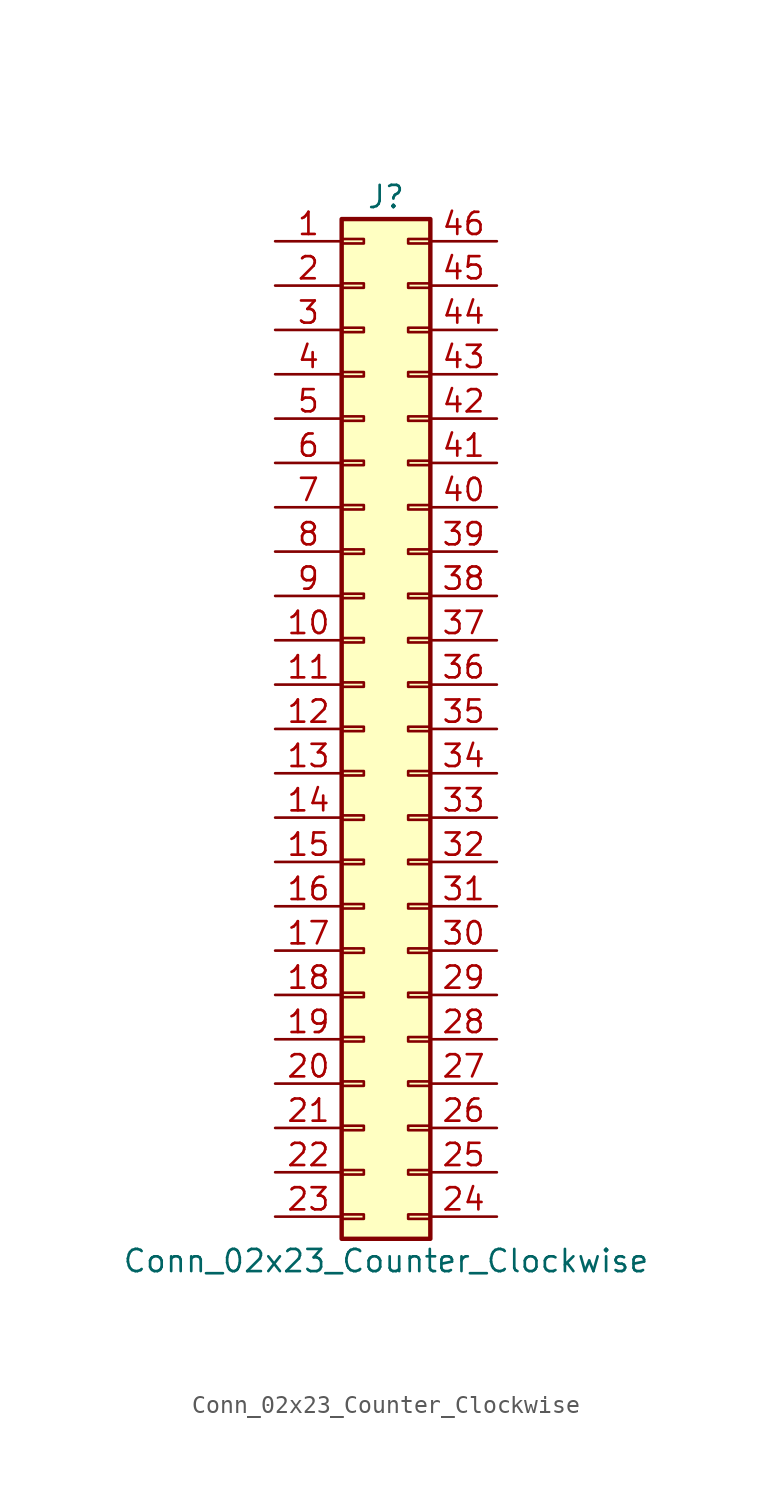
<source format=kicad_sym>
(kicad_symbol_lib
  (version 20220914)
  (generator kicad_symbol_editor)
  (symbol "Conn_02x23_Counter_Clockwise"
    (pin_names
      (offset 1.016) hide)
    (property "Reference" "J"
      (at 1.27 30.48 0)
      (effects (font (size 1.27 1.27))))
    (property "Value" "Conn_02x23_Counter_Clockwise"
      (at 1.27 -30.48 0)
      (effects (font (size 1.27 1.27))))
    (symbol "Conn_02x23_Counter_Clockwise_1_1"
      (rectangle (start -1.27 -27.813) (end 0 -28.067) (stroke (width 0.152) (type default)) (fill (type none)))
      (rectangle (start -1.27 -25.273) (end 0 -25.527) (stroke (width 0.152) (type default)) (fill (type none)))
      (rectangle (start -1.27 -22.733) (end 0 -22.987) (stroke (width 0.152) (type default)) (fill (type none)))
      (rectangle (start -1.27 -20.193) (end 0 -20.447) (stroke (width 0.152) (type default)) (fill (type none)))
      (rectangle (start -1.27 -17.653) (end 0 -17.907) (stroke (width 0.152) (type default)) (fill (type none)))
      (rectangle (start -1.27 -15.113) (end 0 -15.367) (stroke (width 0.152) (type default)) (fill (type none)))
      (rectangle (start -1.27 -12.573) (end 0 -12.827) (stroke (width 0.152) (type default)) (fill (type none)))
      (rectangle (start -1.27 -10.033) (end 0 -10.287) (stroke (width 0.152) (type default)) (fill (type none)))
      (rectangle (start -1.27 -7.493) (end 0 -7.747) (stroke (width 0.152) (type default)) (fill (type none)))
      (rectangle (start -1.27 -4.953) (end 0 -5.207) (stroke (width 0.152) (type default)) (fill (type none)))
      (rectangle (start -1.27 -2.413) (end 0 -2.667) (stroke (width 0.152) (type default)) (fill (type none)))
      (rectangle (start -1.27 0.127) (end 0 -0.127) (stroke (width 0.152) (type default)) (fill (type none)))
      (rectangle (start -1.27 2.667) (end 0 2.413) (stroke (width 0.152) (type default)) (fill (type none)))
      (rectangle (start -1.27 5.207) (end 0 4.953) (stroke (width 0.152) (type default)) (fill (type none)))
      (rectangle (start -1.27 7.747) (end 0 7.493) (stroke (width 0.152) (type default)) (fill (type none)))
      (rectangle (start -1.27 10.287) (end 0 10.033) (stroke (width 0.152) (type default)) (fill (type none)))
      (rectangle (start -1.27 12.827) (end 0 12.573) (stroke (width 0.152) (type default)) (fill (type none)))
      (rectangle (start -1.27 15.367) (end 0 15.113) (stroke (width 0.152) (type default)) (fill (type none)))
      (rectangle (start -1.27 17.907) (end 0 17.653) (stroke (width 0.152) (type default)) (fill (type none)))
      (rectangle (start -1.27 20.447) (end 0 20.193) (stroke (width 0.152) (type default)) (fill (type none)))
      (rectangle (start -1.27 22.987) (end 0 22.733) (stroke (width 0.152) (type default)) (fill (type none)))
      (rectangle (start -1.27 25.527) (end 0 25.273) (stroke (width 0.152) (type default)) (fill (type none)))
      (rectangle (start -1.27 28.067) (end 0 27.813) (stroke (width 0.152) (type default)) (fill (type none)))
      (rectangle (start -1.27 29.21) (end 3.81 -29.21) (stroke (width 0.254) (type default)) (fill (type background)))
      (rectangle (start 3.81 -27.813) (end 2.54 -28.067) (stroke (width 0.152) (type default)) (fill (type none)))
      (rectangle (start 3.81 -25.273) (end 2.54 -25.527) (stroke (width 0.152) (type default)) (fill (type none)))
      (rectangle (start 3.81 -22.733) (end 2.54 -22.987) (stroke (width 0.152) (type default)) (fill (type none)))
      (rectangle (start 3.81 -20.193) (end 2.54 -20.447) (stroke (width 0.152) (type default)) (fill (type none)))
      (rectangle (start 3.81 -17.653) (end 2.54 -17.907) (stroke (width 0.152) (type default)) (fill (type none)))
      (rectangle (start 3.81 -15.113) (end 2.54 -15.367) (stroke (width 0.152) (type default)) (fill (type none)))
      (rectangle (start 3.81 -12.573) (end 2.54 -12.827) (stroke (width 0.152) (type default)) (fill (type none)))
      (rectangle (start 3.81 -10.033) (end 2.54 -10.287) (stroke (width 0.152) (type default)) (fill (type none)))
      (rectangle (start 3.81 -7.493) (end 2.54 -7.747) (stroke (width 0.152) (type default)) (fill (type none)))
      (rectangle (start 3.81 -4.953) (end 2.54 -5.207) (stroke (width 0.152) (type default)) (fill (type none)))
      (rectangle (start 3.81 -2.413) (end 2.54 -2.667) (stroke (width 0.152) (type default)) (fill (type none)))
      (rectangle (start 3.81 0.127) (end 2.54 -0.127) (stroke (width 0.152) (type default)) (fill (type none)))
      (rectangle (start 3.81 2.667) (end 2.54 2.413) (stroke (width 0.152) (type default)) (fill (type none)))
      (rectangle (start 3.81 5.207) (end 2.54 4.953) (stroke (width 0.152) (type default)) (fill (type none)))
      (rectangle (start 3.81 7.747) (end 2.54 7.493) (stroke (width 0.152) (type default)) (fill (type none)))
      (rectangle (start 3.81 10.287) (end 2.54 10.033) (stroke (width 0.152) (type default)) (fill (type none)))
      (rectangle (start 3.81 12.827) (end 2.54 12.573) (stroke (width 0.152) (type default)) (fill (type none)))
      (rectangle (start 3.81 15.367) (end 2.54 15.113) (stroke (width 0.152) (type default)) (fill (type none)))
      (rectangle (start 3.81 17.907) (end 2.54 17.653) (stroke (width 0.152) (type default)) (fill (type none)))
      (rectangle (start 3.81 20.447) (end 2.54 20.193) (stroke (width 0.152) (type default)) (fill (type none)))
      (rectangle (start 3.81 22.987) (end 2.54 22.733) (stroke (width 0.152) (type default)) (fill (type none)))
      (rectangle (start 3.81 25.527) (end 2.54 25.273) (stroke (width 0.152) (type default)) (fill (type none)))
      (rectangle (start 3.81 28.067) (end 2.54 27.813) (stroke (width 0.152) (type default)) (fill (type none)))
      (pin passive line (at -5.08 27.94 0) (length 3.81) (name "Pin_1" (effects (font (size 1.27 1.27)))) (number "1" (effects (font (size 1.27 1.27)))))
      (pin passive line (at -5.08 5.08 0) (length 3.81) (name "Pin_10" (effects (font (size 1.27 1.27)))) (number "10" (effects (font (size 1.27 1.27)))))
      (pin passive line (at -5.08 2.54 0) (length 3.81) (name "Pin_11" (effects (font (size 1.27 1.27)))) (number "11" (effects (font (size 1.27 1.27)))))
      (pin passive line (at -5.08 0 0) (length 3.81) (name "Pin_12" (effects (font (size 1.27 1.27)))) (number "12" (effects (font (size 1.27 1.27)))))
      (pin passive line (at -5.08 -2.54 0) (length 3.81) (name "Pin_13" (effects (font (size 1.27 1.27)))) (number "13" (effects (font (size 1.27 1.27)))))
      (pin passive line (at -5.08 -5.08 0) (length 3.81) (name "Pin_14" (effects (font (size 1.27 1.27)))) (number "14" (effects (font (size 1.27 1.27)))))
      (pin passive line (at -5.08 -7.62 0) (length 3.81) (name "Pin_15" (effects (font (size 1.27 1.27)))) (number "15" (effects (font (size 1.27 1.27)))))
      (pin passive line (at -5.08 -10.16 0) (length 3.81) (name "Pin_16" (effects (font (size 1.27 1.27)))) (number "16" (effects (font (size 1.27 1.27)))))
      (pin passive line (at -5.08 -12.7 0) (length 3.81) (name "Pin_17" (effects (font (size 1.27 1.27)))) (number "17" (effects (font (size 1.27 1.27)))))
      (pin passive line (at -5.08 -15.24 0) (length 3.81) (name "Pin_18" (effects (font (size 1.27 1.27)))) (number "18" (effects (font (size 1.27 1.27)))))
      (pin passive line (at -5.08 -17.78 0) (length 3.81) (name "Pin_19" (effects (font (size 1.27 1.27)))) (number "19" (effects (font (size 1.27 1.27)))))
      (pin passive line (at -5.08 25.4 0) (length 3.81) (name "Pin_2" (effects (font (size 1.27 1.27)))) (number "2" (effects (font (size 1.27 1.27)))))
      (pin passive line (at -5.08 -20.32 0) (length 3.81) (name "Pin_20" (effects (font (size 1.27 1.27)))) (number "20" (effects (font (size 1.27 1.27)))))
      (pin passive line (at -5.08 -22.86 0) (length 3.81) (name "Pin_21" (effects (font (size 1.27 1.27)))) (number "21" (effects (font (size 1.27 1.27)))))
      (pin passive line (at -5.08 -25.4 0) (length 3.81) (name "Pin_22" (effects (font (size 1.27 1.27)))) (number "22" (effects (font (size 1.27 1.27)))))
      (pin passive line (at -5.08 -27.94 0) (length 3.81) (name "Pin_23" (effects (font (size 1.27 1.27)))) (number "23" (effects (font (size 1.27 1.27)))))
      (pin passive line (at 7.62 -27.94 180) (length 3.81) (name "Pin_24" (effects (font (size 1.27 1.27)))) (number "24" (effects (font (size 1.27 1.27)))))
      (pin passive line (at 7.62 -25.4 180) (length 3.81) (name "Pin_25" (effects (font (size 1.27 1.27)))) (number "25" (effects (font (size 1.27 1.27)))))
      (pin passive line (at 7.62 -22.86 180) (length 3.81) (name "Pin_26" (effects (font (size 1.27 1.27)))) (number "26" (effects (font (size 1.27 1.27)))))
      (pin passive line (at 7.62 -20.32 180) (length 3.81) (name "Pin_27" (effects (font (size 1.27 1.27)))) (number "27" (effects (font (size 1.27 1.27)))))
      (pin passive line (at 7.62 -17.78 180) (length 3.81) (name "Pin_28" (effects (font (size 1.27 1.27)))) (number "28" (effects (font (size 1.27 1.27)))))
      (pin passive line (at 7.62 -15.24 180) (length 3.81) (name "Pin_29" (effects (font (size 1.27 1.27)))) (number "29" (effects (font (size 1.27 1.27)))))
      (pin passive line (at -5.08 22.86 0) (length 3.81) (name "Pin_3" (effects (font (size 1.27 1.27)))) (number "3" (effects (font (size 1.27 1.27)))))
      (pin passive line (at 7.62 -12.7 180) (length 3.81) (name "Pin_30" (effects (font (size 1.27 1.27)))) (number "30" (effects (font (size 1.27 1.27)))))
      (pin passive line (at 7.62 -10.16 180) (length 3.81) (name "Pin_31" (effects (font (size 1.27 1.27)))) (number "31" (effects (font (size 1.27 1.27)))))
      (pin passive line (at 7.62 -7.62 180) (length 3.81) (name "Pin_32" (effects (font (size 1.27 1.27)))) (number "32" (effects (font (size 1.27 1.27)))))
      (pin passive line (at 7.62 -5.08 180) (length 3.81) (name "Pin_33" (effects (font (size 1.27 1.27)))) (number "33" (effects (font (size 1.27 1.27)))))
      (pin passive line (at 7.62 -2.54 180) (length 3.81) (name "Pin_34" (effects (font (size 1.27 1.27)))) (number "34" (effects (font (size 1.27 1.27)))))
      (pin passive line (at 7.62 0 180) (length 3.81) (name "Pin_35" (effects (font (size 1.27 1.27)))) (number "35" (effects (font (size 1.27 1.27)))))
      (pin passive line (at 7.62 2.54 180) (length 3.81) (name "Pin_36" (effects (font (size 1.27 1.27)))) (number "36" (effects (font (size 1.27 1.27)))))
      (pin passive line (at 7.62 5.08 180) (length 3.81) (name "Pin_37" (effects (font (size 1.27 1.27)))) (number "37" (effects (font (size 1.27 1.27)))))
      (pin passive line (at 7.62 7.62 180) (length 3.81) (name "Pin_38" (effects (font (size 1.27 1.27)))) (number "38" (effects (font (size 1.27 1.27)))))
      (pin passive line (at 7.62 10.16 180) (length 3.81) (name "Pin_39" (effects (font (size 1.27 1.27)))) (number "39" (effects (font (size 1.27 1.27)))))
      (pin passive line (at -5.08 20.32 0) (length 3.81) (name "Pin_4" (effects (font (size 1.27 1.27)))) (number "4" (effects (font (size 1.27 1.27)))))
      (pin passive line (at 7.62 12.7 180) (length 3.81) (name "Pin_40" (effects (font (size 1.27 1.27)))) (number "40" (effects (font (size 1.27 1.27)))))
      (pin passive line (at 7.62 15.24 180) (length 3.81) (name "Pin_41" (effects (font (size 1.27 1.27)))) (number "41" (effects (font (size 1.27 1.27)))))
      (pin passive line (at 7.62 17.78 180) (length 3.81) (name "Pin_42" (effects (font (size 1.27 1.27)))) (number "42" (effects (font (size 1.27 1.27)))))
      (pin passive line (at 7.62 20.32 180) (length 3.81) (name "Pin_43" (effects (font (size 1.27 1.27)))) (number "43" (effects (font (size 1.27 1.27)))))
      (pin passive line (at 7.62 22.86 180) (length 3.81) (name "Pin_44" (effects (font (size 1.27 1.27)))) (number "44" (effects (font (size 1.27 1.27)))))
      (pin passive line (at 7.62 25.4 180) (length 3.81) (name "Pin_45" (effects (font (size 1.27 1.27)))) (number "45" (effects (font (size 1.27 1.27)))))
      (pin passive line (at 7.62 27.94 180) (length 3.81) (name "Pin_46" (effects (font (size 1.27 1.27)))) (number "46" (effects (font (size 1.27 1.27)))))
      (pin passive line (at -5.08 17.78 0) (length 3.81) (name "Pin_5" (effects (font (size 1.27 1.27)))) (number "5" (effects (font (size 1.27 1.27)))))
      (pin passive line (at -5.08 15.24 0) (length 3.81) (name "Pin_6" (effects (font (size 1.27 1.27)))) (number "6" (effects (font (size 1.27 1.27)))))
      (pin passive line (at -5.08 12.7 0) (length 3.81) (name "Pin_7" (effects (font (size 1.27 1.27)))) (number "7" (effects (font (size 1.27 1.27)))))
      (pin passive line (at -5.08 10.16 0) (length 3.81) (name "Pin_8" (effects (font (size 1.27 1.27)))) (number "8" (effects (font (size 1.27 1.27)))))
      (pin passive line (at -5.08 7.62 0) (length 3.81) (name "Pin_9" (effects (font (size 1.27 1.27)))) (number "9" (effects (font (size 1.27 1.27))))))))
</source>
